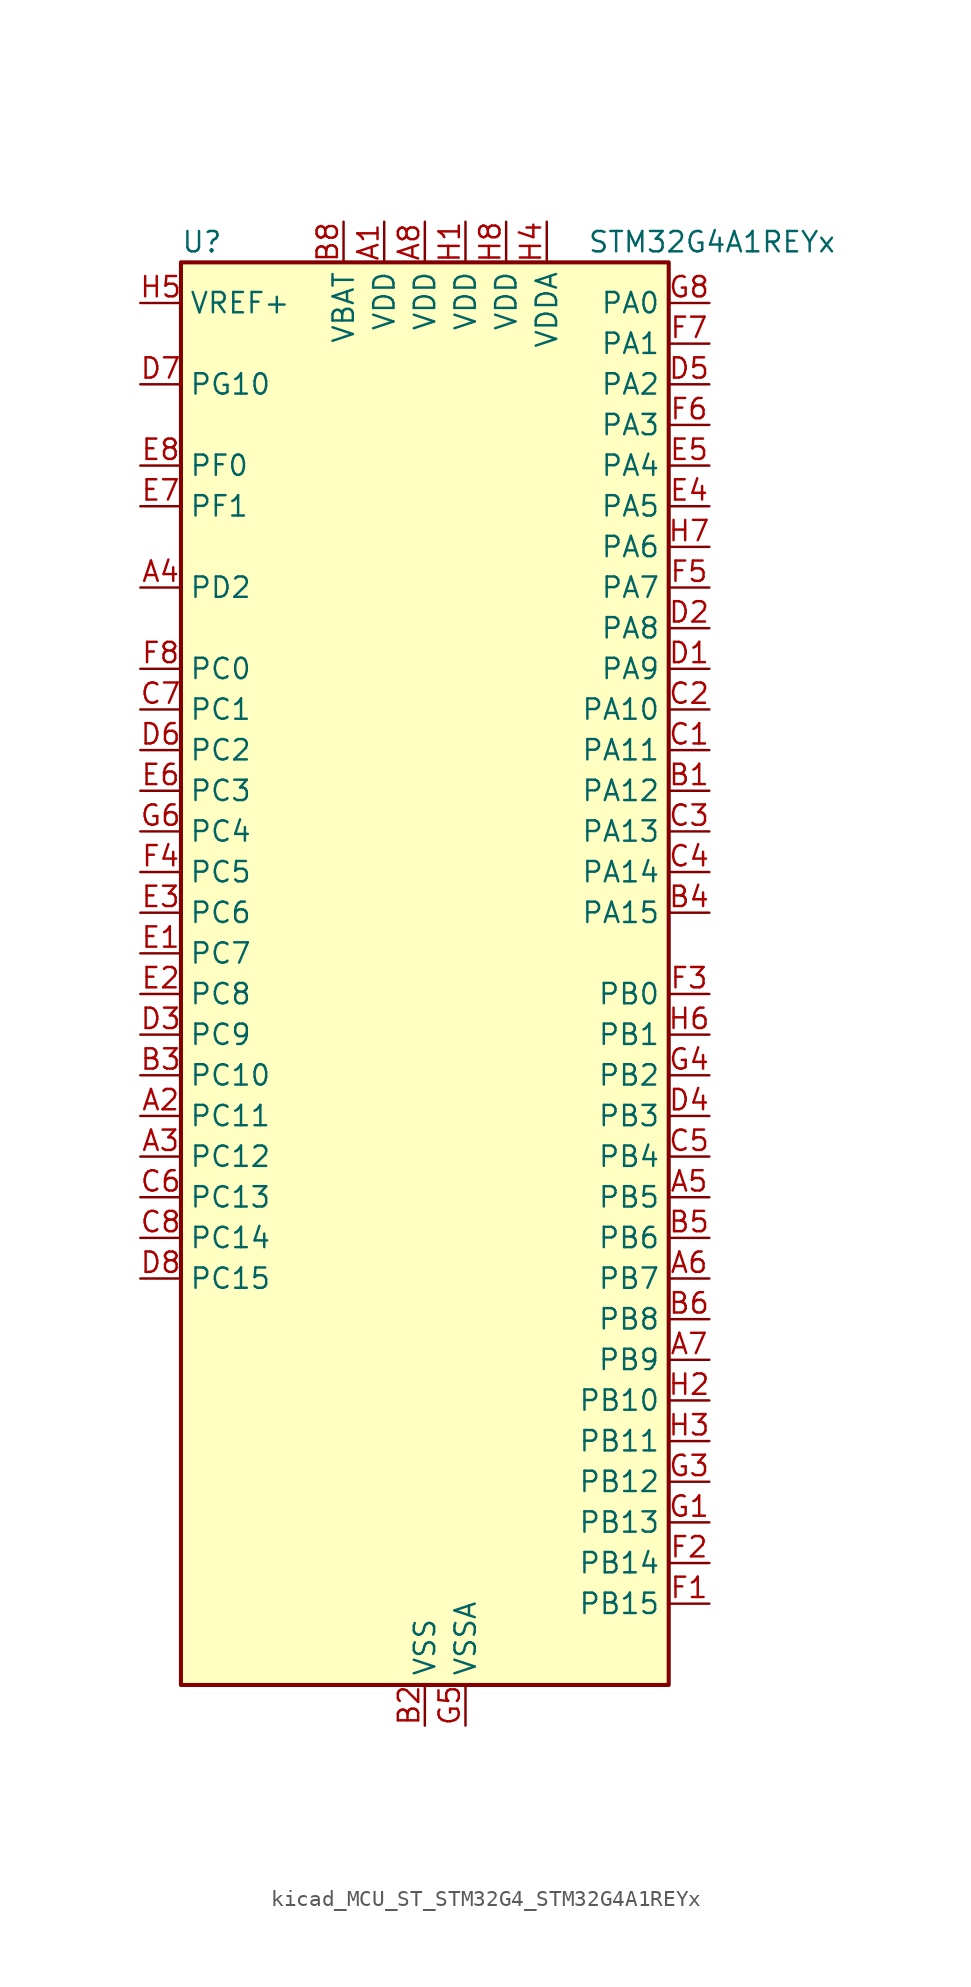
<source format=kicad_sym>
(kicad_symbol_lib
  (version 20220914)
  (generator kicad_symbol_editor)
  (symbol "kicad_MCU_ST_STM32G4_STM32G4A1REYx"
    (property "Reference" "U"
      (at -15.24 46.99 0)
      (effects (font (size 1.27 1.27)) (justify left)))
    (property "Value" "STM32G4A1REYx"
      (at 10.16 46.99 0)
      (effects (font (size 1.27 1.27)) (justify left)))
    (property "ki_locked" ""
      (at 0 0 0)
      (effects (font (size 1.27 1.27))))
    (symbol "kicad_MCU_ST_STM32G4_STM32G4A1REYx_0_1"
      (rectangle (start -15.24 -43.18) (end 15.24 45.72) (stroke (width 0.254) (type default)) (fill (type background))))
    (symbol "kicad_MCU_ST_STM32G4_STM32G4A1REYx_1_1"
      (pin power_in line (at -2.54 48.26 270) (length 2.54) (name "VDD" (effects (font (size 1.27 1.27)))) (number "A1" (effects (font (size 1.27 1.27)))))
      (pin bidirectional line (at -17.78 -7.62 0) (length 2.54) (name "PC11" (effects (font (size 1.27 1.27)))) (number "A2" (effects (font (size 1.27 1.27)))) (alternate "ADC1_EXTI11" bidirectional line) (alternate "ADC2_EXTI11" bidirectional line) (alternate "I2C3_SDA" bidirectional line) (alternate "SPI3_MISO" bidirectional line) (alternate "TIM8_CH2N" bidirectional line) (alternate "UART4_RX" bidirectional line) (alternate "USART3_RX" bidirectional line))
      (pin bidirectional line (at -17.78 -10.16 0) (length 2.54) (name "PC12" (effects (font (size 1.27 1.27)))) (number "A3" (effects (font (size 1.27 1.27)))) (alternate "I2S3_SD" bidirectional line) (alternate "SPI3_MOSI" bidirectional line) (alternate "TIM8_CH3N" bidirectional line) (alternate "UART5_TX" bidirectional line) (alternate "UCPD1_FRSTX1" bidirectional line) (alternate "UCPD1_FRSTX2" bidirectional line) (alternate "USART3_CK" bidirectional line))
      (pin bidirectional line (at -17.78 25.4 0) (length 2.54) (name "PD2" (effects (font (size 1.27 1.27)))) (number "A4" (effects (font (size 1.27 1.27)))) (alternate "ADC3_EXTI2" bidirectional line) (alternate "TIM3_ETR" bidirectional line) (alternate "TIM8_BKIN" bidirectional line) (alternate "UART5_RX" bidirectional line))
      (pin bidirectional line (at 17.78 -12.7 180) (length 2.54) (name "PB5" (effects (font (size 1.27 1.27)))) (number "A5" (effects (font (size 1.27 1.27)))) (alternate "FDCAN2_RX" bidirectional line) (alternate "I2C1_SMBA" bidirectional line) (alternate "I2C3_SDA" bidirectional line) (alternate "I2S3_SD" bidirectional line) (alternate "LPTIM1_IN1" bidirectional line) (alternate "SAI1_SD_B" bidirectional line) (alternate "SPI1_MOSI" bidirectional line) (alternate "SPI3_MOSI" bidirectional line) (alternate "TIM16_BKIN" bidirectional line) (alternate "TIM17_CH1" bidirectional line) (alternate "TIM3_CH2" bidirectional line) (alternate "TIM8_CH3N" bidirectional line) (alternate "UART5_CTS" bidirectional line) (alternate "USART2_CK" bidirectional line))
      (pin bidirectional line (at 17.78 -17.78 180) (length 2.54) (name "PB7" (effects (font (size 1.27 1.27)))) (number "A6" (effects (font (size 1.27 1.27)))) (alternate "COMP3_OUT" bidirectional line) (alternate "I2C1_SDA" bidirectional line) (alternate "LPTIM1_IN2" bidirectional line) (alternate "SYS_PVD_IN" bidirectional line) (alternate "TIM17_CH1N" bidirectional line) (alternate "TIM3_CH4" bidirectional line) (alternate "TIM4_CH2" bidirectional line) (alternate "TIM8_BKIN" bidirectional line) (alternate "UART4_CTS" bidirectional line) (alternate "USART1_RX" bidirectional line))
      (pin bidirectional line (at 17.78 -22.86 180) (length 2.54) (name "PB9" (effects (font (size 1.27 1.27)))) (number "A7" (effects (font (size 1.27 1.27)))) (alternate "COMP2_OUT" bidirectional line) (alternate "DAC1_EXTI9" bidirectional line) (alternate "DAC3_EXTI9" bidirectional line) (alternate "FDCAN1_TX" bidirectional line) (alternate "I2C1_SDA" bidirectional line) (alternate "IR_OUT" bidirectional line) (alternate "SAI1_D2" bidirectional line) (alternate "SAI1_FS_A" bidirectional line) (alternate "TIM17_CH1" bidirectional line) (alternate "TIM1_CH3N" bidirectional line) (alternate "TIM4_CH4" bidirectional line) (alternate "TIM8_CH3" bidirectional line) (alternate "USART3_TX" bidirectional line))
      (pin power_in line (at 0 48.26 270) (length 2.54) (name "VDD" (effects (font (size 1.27 1.27)))) (number "A8" (effects (font (size 1.27 1.27)))))
      (pin bidirectional line (at 17.78 12.7 180) (length 2.54) (name "PA12" (effects (font (size 1.27 1.27)))) (number "B1" (effects (font (size 1.27 1.27)))) (alternate "COMP2_OUT" bidirectional line) (alternate "FDCAN1_TX" bidirectional line) (alternate "I2S_CKIN" bidirectional line) (alternate "TIM16_CH1" bidirectional line) (alternate "TIM1_CH2N" bidirectional line) (alternate "TIM1_ETR" bidirectional line) (alternate "TIM4_CH2" bidirectional line) (alternate "USART1_DE" bidirectional line) (alternate "USART1_RTS" bidirectional line) (alternate "USB_DP" bidirectional line))
      (pin power_in line (at 0 -45.72 90) (length 2.54) (name "VSS" (effects (font (size 1.27 1.27)))) (number "B2" (effects (font (size 1.27 1.27)))))
      (pin bidirectional line (at -17.78 -5.08 0) (length 2.54) (name "PC10" (effects (font (size 1.27 1.27)))) (number "B3" (effects (font (size 1.27 1.27)))) (alternate "DAC1_EXTI10" bidirectional line) (alternate "DAC3_EXTI10" bidirectional line) (alternate "I2S3_CK" bidirectional line) (alternate "SPI3_SCK" bidirectional line) (alternate "TIM8_CH1N" bidirectional line) (alternate "UART4_TX" bidirectional line) (alternate "USART3_TX" bidirectional line))
      (pin bidirectional line (at 17.78 5.08 180) (length 2.54) (name "PA15" (effects (font (size 1.27 1.27)))) (number "B4" (effects (font (size 1.27 1.27)))) (alternate "ADC1_EXTI15" bidirectional line) (alternate "ADC2_EXTI15" bidirectional line) (alternate "I2C1_SCL" bidirectional line) (alternate "I2S3_WS" bidirectional line) (alternate "SPI1_NSS" bidirectional line) (alternate "SPI3_NSS" bidirectional line) (alternate "SYS_JTDI" bidirectional line) (alternate "TIM1_BKIN" bidirectional line) (alternate "TIM20_ETR" bidirectional line) (alternate "TIM2_CH1" bidirectional line) (alternate "TIM2_ETR" bidirectional line) (alternate "TIM8_CH1" bidirectional line) (alternate "UART4_DE" bidirectional line) (alternate "UART4_RTS" bidirectional line) (alternate "USART2_RX" bidirectional line))
      (pin bidirectional line (at 17.78 -15.24 180) (length 2.54) (name "PB6" (effects (font (size 1.27 1.27)))) (number "B5" (effects (font (size 1.27 1.27)))) (alternate "COMP4_OUT" bidirectional line) (alternate "FDCAN2_TX" bidirectional line) (alternate "LPTIM1_ETR" bidirectional line) (alternate "SAI1_FS_B" bidirectional line) (alternate "TIM16_CH1N" bidirectional line) (alternate "TIM4_CH1" bidirectional line) (alternate "TIM8_BKIN2" bidirectional line) (alternate "TIM8_CH1" bidirectional line) (alternate "TIM8_ETR" bidirectional line) (alternate "UCPD1_CC1" bidirectional line) (alternate "USART1_TX" bidirectional line))
      (pin bidirectional line (at 17.78 -20.32 180) (length 2.54) (name "PB8" (effects (font (size 1.27 1.27)))) (number "B6" (effects (font (size 1.27 1.27)))) (alternate "COMP1_OUT" bidirectional line) (alternate "FDCAN1_RX" bidirectional line) (alternate "I2C1_SCL" bidirectional line) (alternate "SAI1_CK1" bidirectional line) (alternate "SAI1_MCLK_A" bidirectional line) (alternate "TIM16_CH1" bidirectional line) (alternate "TIM1_BKIN" bidirectional line) (alternate "TIM4_CH3" bidirectional line) (alternate "TIM8_CH2" bidirectional line) (alternate "USART3_RX" bidirectional line))
      (pin passive line (at 0 -45.72 90) (length 2.54) hide (name "VSS" (effects (font (size 1.27 1.27)))) (number "B7" (effects (font (size 1.27 1.27)))))
      (pin power_in line (at -5.08 48.26 270) (length 2.54) (name "VBAT" (effects (font (size 1.27 1.27)))) (number "B8" (effects (font (size 1.27 1.27)))))
      (pin bidirectional line (at 17.78 15.24 180) (length 2.54) (name "PA11" (effects (font (size 1.27 1.27)))) (number "C1" (effects (font (size 1.27 1.27)))) (alternate "ADC1_EXTI11" bidirectional line) (alternate "ADC2_EXTI11" bidirectional line) (alternate "COMP1_OUT" bidirectional line) (alternate "FDCAN1_RX" bidirectional line) (alternate "I2S2_SD" bidirectional line) (alternate "SPI2_MOSI" bidirectional line) (alternate "TIM1_BKIN2" bidirectional line) (alternate "TIM1_CH1N" bidirectional line) (alternate "TIM1_CH4" bidirectional line) (alternate "TIM4_CH1" bidirectional line) (alternate "USART1_CTS" bidirectional line) (alternate "USART1_NSS" bidirectional line) (alternate "USB_DM" bidirectional line))
      (pin bidirectional line (at 17.78 17.78 180) (length 2.54) (name "PA10" (effects (font (size 1.27 1.27)))) (number "C2" (effects (font (size 1.27 1.27)))) (alternate "CRS_SYNC" bidirectional line) (alternate "DAC1_EXTI10" bidirectional line) (alternate "DAC3_EXTI10" bidirectional line) (alternate "I2C2_SMBA" bidirectional line) (alternate "SAI1_D1" bidirectional line) (alternate "SAI1_SD_A" bidirectional line) (alternate "SPI2_MISO" bidirectional line) (alternate "TIM17_BKIN" bidirectional line) (alternate "TIM1_CH3" bidirectional line) (alternate "TIM2_CH4" bidirectional line) (alternate "TIM8_BKIN" bidirectional line) (alternate "UCPD1_DBCC2" bidirectional line) (alternate "USART1_RX" bidirectional line))
      (pin bidirectional line (at 17.78 10.16 180) (length 2.54) (name "PA13" (effects (font (size 1.27 1.27)))) (number "C3" (effects (font (size 1.27 1.27)))) (alternate "I2C1_SCL" bidirectional line) (alternate "IR_OUT" bidirectional line) (alternate "SAI1_SD_B" bidirectional line) (alternate "SYS_JTMS-SWDIO" bidirectional line) (alternate "TIM16_CH1N" bidirectional line) (alternate "TIM4_CH3" bidirectional line) (alternate "USART3_CTS" bidirectional line) (alternate "USART3_NSS" bidirectional line))
      (pin bidirectional line (at 17.78 7.62 180) (length 2.54) (name "PA14" (effects (font (size 1.27 1.27)))) (number "C4" (effects (font (size 1.27 1.27)))) (alternate "I2C1_SDA" bidirectional line) (alternate "LPTIM1_OUT" bidirectional line) (alternate "SAI1_FS_B" bidirectional line) (alternate "SYS_JTCK-SWCLK" bidirectional line) (alternate "TIM1_BKIN" bidirectional line) (alternate "TIM8_CH2" bidirectional line) (alternate "USART2_TX" bidirectional line))
      (pin bidirectional line (at 17.78 -10.16 180) (length 2.54) (name "PB4" (effects (font (size 1.27 1.27)))) (number "C5" (effects (font (size 1.27 1.27)))) (alternate "SAI1_MCLK_B" bidirectional line) (alternate "SPI1_MISO" bidirectional line) (alternate "SPI3_MISO" bidirectional line) (alternate "SYS_JTRST" bidirectional line) (alternate "TIM16_CH1" bidirectional line) (alternate "TIM17_BKIN" bidirectional line) (alternate "TIM3_CH1" bidirectional line) (alternate "TIM8_CH2N" bidirectional line) (alternate "UART5_DE" bidirectional line) (alternate "UART5_RTS" bidirectional line) (alternate "UCPD1_CC2" bidirectional line) (alternate "USART2_RX" bidirectional line))
      (pin bidirectional line (at -17.78 -12.7 0) (length 2.54) (name "PC13" (effects (font (size 1.27 1.27)))) (number "C6" (effects (font (size 1.27 1.27)))) (alternate "RTC_OUT1" bidirectional line) (alternate "RTC_TAMP1" bidirectional line) (alternate "RTC_TS" bidirectional line) (alternate "SYS_WKUP2" bidirectional line) (alternate "TIM1_BKIN" bidirectional line) (alternate "TIM1_CH1N" bidirectional line) (alternate "TIM8_CH4N" bidirectional line))
      (pin bidirectional line (at -17.78 17.78 0) (length 2.54) (name "PC1" (effects (font (size 1.27 1.27)))) (number "C7" (effects (font (size 1.27 1.27)))) (alternate "ADC1_IN7" bidirectional line) (alternate "ADC2_IN7" bidirectional line) (alternate "COMP3_INP" bidirectional line) (alternate "LPTIM1_OUT" bidirectional line) (alternate "LPUART1_TX" bidirectional line) (alternate "QUADSPI1_BK2_IO0" bidirectional line) (alternate "SAI1_SD_A" bidirectional line) (alternate "TIM1_CH2" bidirectional line))
      (pin bidirectional line (at -17.78 -15.24 0) (length 2.54) (name "PC14" (effects (font (size 1.27 1.27)))) (number "C8" (effects (font (size 1.27 1.27)))) (alternate "RCC_OSC32_IN" bidirectional line))
      (pin bidirectional line (at 17.78 20.32 180) (length 2.54) (name "PA9" (effects (font (size 1.27 1.27)))) (number "D1" (effects (font (size 1.27 1.27)))) (alternate "DAC1_EXTI9" bidirectional line) (alternate "DAC3_EXTI9" bidirectional line) (alternate "I2C2_SCL" bidirectional line) (alternate "I2C3_SMBA" bidirectional line) (alternate "I2S3_MCK" bidirectional line) (alternate "SAI1_FS_A" bidirectional line) (alternate "TIM15_BKIN" bidirectional line) (alternate "TIM1_CH2" bidirectional line) (alternate "TIM2_CH3" bidirectional line) (alternate "UCPD1_DBCC1" bidirectional line) (alternate "USART1_TX" bidirectional line))
      (pin bidirectional line (at 17.78 22.86 180) (length 2.54) (name "PA8" (effects (font (size 1.27 1.27)))) (number "D2" (effects (font (size 1.27 1.27)))) (alternate "I2C2_SDA" bidirectional line) (alternate "I2C3_SCL" bidirectional line) (alternate "I2S2_MCK" bidirectional line) (alternate "RCC_MCO" bidirectional line) (alternate "SAI1_CK2" bidirectional line) (alternate "SAI1_SCK_A" bidirectional line) (alternate "TIM1_CH1" bidirectional line) (alternate "TIM4_ETR" bidirectional line) (alternate "USART1_CK" bidirectional line))
      (pin bidirectional line (at -17.78 -2.54 0) (length 2.54) (name "PC9" (effects (font (size 1.27 1.27)))) (number "D3" (effects (font (size 1.27 1.27)))) (alternate "DAC1_EXTI9" bidirectional line) (alternate "DAC3_EXTI9" bidirectional line) (alternate "I2C3_SDA" bidirectional line) (alternate "I2S_CKIN" bidirectional line) (alternate "TIM3_CH4" bidirectional line) (alternate "TIM8_BKIN2" bidirectional line) (alternate "TIM8_CH4" bidirectional line))
      (pin bidirectional line (at 17.78 -7.62 180) (length 2.54) (name "PB3" (effects (font (size 1.27 1.27)))) (number "D4" (effects (font (size 1.27 1.27)))) (alternate "ADC3_EXTI3" bidirectional line) (alternate "CRS_SYNC" bidirectional line) (alternate "I2S3_CK" bidirectional line) (alternate "SAI1_SCK_B" bidirectional line) (alternate "SPI1_SCK" bidirectional line) (alternate "SPI3_SCK" bidirectional line) (alternate "SYS_JTDO-SWO" bidirectional line) (alternate "TIM2_CH2" bidirectional line) (alternate "TIM3_ETR" bidirectional line) (alternate "TIM4_ETR" bidirectional line) (alternate "TIM8_CH1N" bidirectional line) (alternate "USART2_TX" bidirectional line))
      (pin bidirectional line (at 17.78 38.1 180) (length 2.54) (name "PA2" (effects (font (size 1.27 1.27)))) (number "D5" (effects (font (size 1.27 1.27)))) (alternate "ADC1_IN3" bidirectional line) (alternate "ADC3_EXTI2" bidirectional line) (alternate "COMP2_INM" bidirectional line) (alternate "COMP2_OUT" bidirectional line) (alternate "LPUART1_TX" bidirectional line) (alternate "OPAMP1_VOUT" bidirectional line) (alternate "QUADSPI1_BK1_NCS" bidirectional line) (alternate "RCC_LSCO" bidirectional line) (alternate "SYS_WKUP4" bidirectional line) (alternate "TIM15_CH1" bidirectional line) (alternate "TIM2_CH3" bidirectional line) (alternate "UCPD1_FRSTX1" bidirectional line) (alternate "UCPD1_FRSTX2" bidirectional line) (alternate "USART2_TX" bidirectional line))
      (pin bidirectional line (at -17.78 15.24 0) (length 2.54) (name "PC2" (effects (font (size 1.27 1.27)))) (number "D6" (effects (font (size 1.27 1.27)))) (alternate "ADC1_IN8" bidirectional line) (alternate "ADC2_IN8" bidirectional line) (alternate "ADC3_EXTI2" bidirectional line) (alternate "COMP3_OUT" bidirectional line) (alternate "LPTIM1_IN2" bidirectional line) (alternate "QUADSPI1_BK2_IO1" bidirectional line) (alternate "TIM1_CH3" bidirectional line) (alternate "TIM20_CH2" bidirectional line))
      (pin bidirectional line (at -17.78 38.1 0) (length 2.54) (name "PG10" (effects (font (size 1.27 1.27)))) (number "D7" (effects (font (size 1.27 1.27)))) (alternate "DAC1_EXTI10" bidirectional line) (alternate "DAC3_EXTI10" bidirectional line) (alternate "RCC_MCO" bidirectional line))
      (pin bidirectional line (at -17.78 -17.78 0) (length 2.54) (name "PC15" (effects (font (size 1.27 1.27)))) (number "D8" (effects (font (size 1.27 1.27)))) (alternate "ADC1_EXTI15" bidirectional line) (alternate "ADC2_EXTI15" bidirectional line) (alternate "RCC_OSC32_OUT" bidirectional line))
      (pin bidirectional line (at -17.78 2.54 0) (length 2.54) (name "PC7" (effects (font (size 1.27 1.27)))) (number "E1" (effects (font (size 1.27 1.27)))) (alternate "I2S3_MCK" bidirectional line) (alternate "TIM3_CH2" bidirectional line) (alternate "TIM8_CH2" bidirectional line))
      (pin bidirectional line (at -17.78 0 0) (length 2.54) (name "PC8" (effects (font (size 1.27 1.27)))) (number "E2" (effects (font (size 1.27 1.27)))) (alternate "I2C3_SCL" bidirectional line) (alternate "TIM20_CH3" bidirectional line) (alternate "TIM3_CH3" bidirectional line) (alternate "TIM8_CH3" bidirectional line))
      (pin bidirectional line (at -17.78 5.08 0) (length 2.54) (name "PC6" (effects (font (size 1.27 1.27)))) (number "E3" (effects (font (size 1.27 1.27)))) (alternate "I2S2_MCK" bidirectional line) (alternate "TIM3_CH1" bidirectional line) (alternate "TIM8_CH1" bidirectional line))
      (pin bidirectional line (at 17.78 30.48 180) (length 2.54) (name "PA5" (effects (font (size 1.27 1.27)))) (number "E4" (effects (font (size 1.27 1.27)))) (alternate "ADC2_IN13" bidirectional line) (alternate "COMP2_INM" bidirectional line) (alternate "DAC1_OUT2" bidirectional line) (alternate "OPAMP2_VINM" bidirectional line) (alternate "OPAMP2_VINM0" bidirectional line) (alternate "OPAMP2_VINM_SEC" bidirectional line) (alternate "SPI1_SCK" bidirectional line) (alternate "TIM2_CH1" bidirectional line) (alternate "TIM2_ETR" bidirectional line) (alternate "UCPD1_FRSTX1" bidirectional line) (alternate "UCPD1_FRSTX2" bidirectional line))
      (pin bidirectional line (at 17.78 33.02 180) (length 2.54) (name "PA4" (effects (font (size 1.27 1.27)))) (number "E5" (effects (font (size 1.27 1.27)))) (alternate "ADC2_IN17" bidirectional line) (alternate "COMP1_INM" bidirectional line) (alternate "DAC1_OUT1" bidirectional line) (alternate "I2S3_WS" bidirectional line) (alternate "SAI1_FS_B" bidirectional line) (alternate "SPI1_NSS" bidirectional line) (alternate "SPI3_NSS" bidirectional line) (alternate "TIM3_CH2" bidirectional line) (alternate "USART2_CK" bidirectional line))
      (pin bidirectional line (at -17.78 12.7 0) (length 2.54) (name "PC3" (effects (font (size 1.27 1.27)))) (number "E6" (effects (font (size 1.27 1.27)))) (alternate "ADC1_IN9" bidirectional line) (alternate "ADC2_IN9" bidirectional line) (alternate "ADC3_EXTI3" bidirectional line) (alternate "LPTIM1_ETR" bidirectional line) (alternate "QUADSPI1_BK2_IO2" bidirectional line) (alternate "SAI1_D1" bidirectional line) (alternate "SAI1_SD_A" bidirectional line) (alternate "TIM1_BKIN2" bidirectional line) (alternate "TIM1_CH4" bidirectional line))
      (pin bidirectional line (at -17.78 30.48 0) (length 2.54) (name "PF1" (effects (font (size 1.27 1.27)))) (number "E7" (effects (font (size 1.27 1.27)))) (alternate "ADC2_IN10" bidirectional line) (alternate "COMP3_INM" bidirectional line) (alternate "I2S2_CK" bidirectional line) (alternate "RCC_OSC_OUT" bidirectional line) (alternate "SPI2_SCK" bidirectional line))
      (pin bidirectional line (at -17.78 33.02 0) (length 2.54) (name "PF0" (effects (font (size 1.27 1.27)))) (number "E8" (effects (font (size 1.27 1.27)))) (alternate "ADC1_IN10" bidirectional line) (alternate "I2C2_SDA" bidirectional line) (alternate "I2S2_WS" bidirectional line) (alternate "RCC_OSC_IN" bidirectional line) (alternate "SPI2_NSS" bidirectional line) (alternate "TIM1_CH3N" bidirectional line))
      (pin bidirectional line (at 17.78 -38.1 180) (length 2.54) (name "PB15" (effects (font (size 1.27 1.27)))) (number "F1" (effects (font (size 1.27 1.27)))) (alternate "ADC1_EXTI15" bidirectional line) (alternate "ADC2_EXTI15" bidirectional line) (alternate "ADC2_IN15" bidirectional line) (alternate "COMP3_OUT" bidirectional line) (alternate "I2S2_SD" bidirectional line) (alternate "RTC_REFIN" bidirectional line) (alternate "SPI2_MOSI" bidirectional line) (alternate "TIM15_CH1N" bidirectional line) (alternate "TIM15_CH2" bidirectional line) (alternate "TIM1_CH3N" bidirectional line))
      (pin bidirectional line (at 17.78 -35.56 180) (length 2.54) (name "PB14" (effects (font (size 1.27 1.27)))) (number "F2" (effects (font (size 1.27 1.27)))) (alternate "ADC1_IN5" bidirectional line) (alternate "COMP4_OUT" bidirectional line) (alternate "OPAMP2_VINP" bidirectional line) (alternate "OPAMP2_VINP_SEC" bidirectional line) (alternate "SPI2_MISO" bidirectional line) (alternate "TIM15_CH1" bidirectional line) (alternate "TIM1_CH2N" bidirectional line) (alternate "USART3_DE" bidirectional line) (alternate "USART3_RTS" bidirectional line))
      (pin bidirectional line (at 17.78 0 180) (length 2.54) (name "PB0" (effects (font (size 1.27 1.27)))) (number "F3" (effects (font (size 1.27 1.27)))) (alternate "ADC1_IN15" bidirectional line) (alternate "ADC3_IN12" bidirectional line) (alternate "COMP4_INP" bidirectional line) (alternate "OPAMP2_VINP" bidirectional line) (alternate "OPAMP2_VINP_SEC" bidirectional line) (alternate "OPAMP3_VINP" bidirectional line) (alternate "OPAMP3_VINP_SEC" bidirectional line) (alternate "QUADSPI1_BK1_IO1" bidirectional line) (alternate "TIM1_CH2N" bidirectional line) (alternate "TIM3_CH3" bidirectional line) (alternate "TIM8_CH2N" bidirectional line) (alternate "UCPD1_FRSTX1" bidirectional line) (alternate "UCPD1_FRSTX2" bidirectional line))
      (pin bidirectional line (at -17.78 7.62 0) (length 2.54) (name "PC5" (effects (font (size 1.27 1.27)))) (number "F4" (effects (font (size 1.27 1.27)))) (alternate "ADC2_IN11" bidirectional line) (alternate "OPAMP1_VINM" bidirectional line) (alternate "OPAMP1_VINM1" bidirectional line) (alternate "OPAMP1_VINM_SEC" bidirectional line) (alternate "OPAMP2_VINM" bidirectional line) (alternate "OPAMP2_VINM1" bidirectional line) (alternate "OPAMP2_VINM_SEC" bidirectional line) (alternate "SAI1_D3" bidirectional line) (alternate "SYS_WKUP5" bidirectional line) (alternate "TIM15_BKIN" bidirectional line) (alternate "TIM1_CH4N" bidirectional line) (alternate "USART1_RX" bidirectional line))
      (pin bidirectional line (at 17.78 25.4 180) (length 2.54) (name "PA7" (effects (font (size 1.27 1.27)))) (number "F5" (effects (font (size 1.27 1.27)))) (alternate "ADC2_IN4" bidirectional line) (alternate "COMP2_INP" bidirectional line) (alternate "COMP2_OUT" bidirectional line) (alternate "OPAMP1_VINP" bidirectional line) (alternate "OPAMP1_VINP_SEC" bidirectional line) (alternate "OPAMP2_VINP" bidirectional line) (alternate "OPAMP2_VINP_SEC" bidirectional line) (alternate "QUADSPI1_BK1_IO2" bidirectional line) (alternate "SPI1_MOSI" bidirectional line) (alternate "TIM17_CH1" bidirectional line) (alternate "TIM1_CH1N" bidirectional line) (alternate "TIM3_CH2" bidirectional line) (alternate "TIM8_CH1N" bidirectional line) (alternate "UCPD1_FRSTX1" bidirectional line) (alternate "UCPD1_FRSTX2" bidirectional line))
      (pin bidirectional line (at 17.78 35.56 180) (length 2.54) (name "PA3" (effects (font (size 1.27 1.27)))) (number "F6" (effects (font (size 1.27 1.27)))) (alternate "ADC1_IN4" bidirectional line) (alternate "ADC3_EXTI3" bidirectional line) (alternate "COMP2_INP" bidirectional line) (alternate "LPUART1_RX" bidirectional line) (alternate "OPAMP1_VINM" bidirectional line) (alternate "OPAMP1_VINM0" bidirectional line) (alternate "OPAMP1_VINM_SEC" bidirectional line) (alternate "OPAMP1_VINP" bidirectional line) (alternate "OPAMP1_VINP_SEC" bidirectional line) (alternate "QUADSPI1_CLK" bidirectional line) (alternate "SAI1_CK1" bidirectional line) (alternate "SAI1_MCLK_A" bidirectional line) (alternate "TIM15_CH2" bidirectional line) (alternate "TIM2_CH4" bidirectional line) (alternate "USART2_RX" bidirectional line))
      (pin bidirectional line (at 17.78 40.64 180) (length 2.54) (name "PA1" (effects (font (size 1.27 1.27)))) (number "F7" (effects (font (size 1.27 1.27)))) (alternate "ADC1_IN2" bidirectional line) (alternate "ADC2_IN2" bidirectional line) (alternate "COMP1_INP" bidirectional line) (alternate "OPAMP1_VINP" bidirectional line) (alternate "OPAMP1_VINP_SEC" bidirectional line) (alternate "OPAMP3_VINP" bidirectional line) (alternate "OPAMP3_VINP_SEC" bidirectional line) (alternate "OPAMP6_VINM" bidirectional line) (alternate "OPAMP6_VINM0" bidirectional line) (alternate "OPAMP6_VINM_SEC" bidirectional line) (alternate "RTC_REFIN" bidirectional line) (alternate "TIM15_CH1N" bidirectional line) (alternate "TIM2_CH2" bidirectional line) (alternate "USART2_DE" bidirectional line) (alternate "USART2_RTS" bidirectional line))
      (pin bidirectional line (at -17.78 20.32 0) (length 2.54) (name "PC0" (effects (font (size 1.27 1.27)))) (number "F8" (effects (font (size 1.27 1.27)))) (alternate "ADC1_IN6" bidirectional line) (alternate "ADC2_IN6" bidirectional line) (alternate "COMP3_INM" bidirectional line) (alternate "LPTIM1_IN1" bidirectional line) (alternate "LPUART1_RX" bidirectional line) (alternate "TIM1_CH1" bidirectional line))
      (pin bidirectional line (at 17.78 -33.02 180) (length 2.54) (name "PB13" (effects (font (size 1.27 1.27)))) (number "G1" (effects (font (size 1.27 1.27)))) (alternate "ADC3_IN5" bidirectional line) (alternate "FDCAN2_TX" bidirectional line) (alternate "I2S2_CK" bidirectional line) (alternate "LPUART1_CTS" bidirectional line) (alternate "OPAMP3_VINP" bidirectional line) (alternate "OPAMP3_VINP_SEC" bidirectional line) (alternate "OPAMP6_VINP" bidirectional line) (alternate "OPAMP6_VINP_SEC" bidirectional line) (alternate "SPI2_SCK" bidirectional line) (alternate "TIM1_CH1N" bidirectional line) (alternate "USART3_CTS" bidirectional line) (alternate "USART3_NSS" bidirectional line))
      (pin passive line (at 0 -45.72 90) (length 2.54) hide (name "VSS" (effects (font (size 1.27 1.27)))) (number "G2" (effects (font (size 1.27 1.27)))))
      (pin bidirectional line (at 17.78 -30.48 180) (length 2.54) (name "PB12" (effects (font (size 1.27 1.27)))) (number "G3" (effects (font (size 1.27 1.27)))) (alternate "ADC1_IN11" bidirectional line) (alternate "FDCAN2_RX" bidirectional line) (alternate "I2C2_SMBA" bidirectional line) (alternate "I2S2_WS" bidirectional line) (alternate "LPUART1_DE" bidirectional line) (alternate "LPUART1_RTS" bidirectional line) (alternate "OPAMP6_VINP" bidirectional line) (alternate "OPAMP6_VINP_SEC" bidirectional line) (alternate "SPI2_NSS" bidirectional line) (alternate "TIM1_BKIN" bidirectional line) (alternate "USART3_CK" bidirectional line))
      (pin bidirectional line (at 17.78 -5.08 180) (length 2.54) (name "PB2" (effects (font (size 1.27 1.27)))) (number "G4" (effects (font (size 1.27 1.27)))) (alternate "ADC2_IN12" bidirectional line) (alternate "ADC3_EXTI2" bidirectional line) (alternate "COMP4_INM" bidirectional line) (alternate "I2C3_SMBA" bidirectional line) (alternate "LPTIM1_OUT" bidirectional line) (alternate "OPAMP3_VINM" bidirectional line) (alternate "OPAMP3_VINM0" bidirectional line) (alternate "OPAMP3_VINM_SEC" bidirectional line) (alternate "QUADSPI1_BK2_IO1" bidirectional line) (alternate "RTC_OUT2" bidirectional line) (alternate "TIM20_CH1" bidirectional line))
      (pin power_in line (at 2.54 -45.72 90) (length 2.54) (name "VSSA" (effects (font (size 1.27 1.27)))) (number "G5" (effects (font (size 1.27 1.27)))))
      (pin bidirectional line (at -17.78 10.16 0) (length 2.54) (name "PC4" (effects (font (size 1.27 1.27)))) (number "G6" (effects (font (size 1.27 1.27)))) (alternate "ADC2_IN5" bidirectional line) (alternate "I2C2_SCL" bidirectional line) (alternate "QUADSPI1_BK2_IO3" bidirectional line) (alternate "TIM1_ETR" bidirectional line) (alternate "USART1_TX" bidirectional line))
      (pin passive line (at 0 -45.72 90) (length 2.54) hide (name "VSS" (effects (font (size 1.27 1.27)))) (number "G7" (effects (font (size 1.27 1.27)))))
      (pin bidirectional line (at 17.78 43.18 180) (length 2.54) (name "PA0" (effects (font (size 1.27 1.27)))) (number "G8" (effects (font (size 1.27 1.27)))) (alternate "ADC1_IN1" bidirectional line) (alternate "ADC2_IN1" bidirectional line) (alternate "COMP1_INM" bidirectional line) (alternate "COMP1_OUT" bidirectional line) (alternate "COMP3_INP" bidirectional line) (alternate "RTC_TAMP2" bidirectional line) (alternate "SYS_WKUP1" bidirectional line) (alternate "TIM2_CH1" bidirectional line) (alternate "TIM2_ETR" bidirectional line) (alternate "TIM8_BKIN" bidirectional line) (alternate "TIM8_ETR" bidirectional line) (alternate "USART2_CTS" bidirectional line) (alternate "USART2_NSS" bidirectional line))
      (pin power_in line (at 2.54 48.26 270) (length 2.54) (name "VDD" (effects (font (size 1.27 1.27)))) (number "H1" (effects (font (size 1.27 1.27)))))
      (pin bidirectional line (at 17.78 -25.4 180) (length 2.54) (name "PB10" (effects (font (size 1.27 1.27)))) (number "H2" (effects (font (size 1.27 1.27)))) (alternate "DAC1_EXTI10" bidirectional line) (alternate "DAC3_EXTI10" bidirectional line) (alternate "LPUART1_RX" bidirectional line) (alternate "OPAMP3_VINM" bidirectional line) (alternate "OPAMP3_VINM1" bidirectional line) (alternate "OPAMP3_VINM_SEC" bidirectional line) (alternate "QUADSPI1_CLK" bidirectional line) (alternate "SAI1_SCK_A" bidirectional line) (alternate "TIM1_BKIN" bidirectional line) (alternate "TIM2_CH3" bidirectional line) (alternate "USART3_TX" bidirectional line))
      (pin bidirectional line (at 17.78 -27.94 180) (length 2.54) (name "PB11" (effects (font (size 1.27 1.27)))) (number "H3" (effects (font (size 1.27 1.27)))) (alternate "ADC1_EXTI11" bidirectional line) (alternate "ADC1_IN14" bidirectional line) (alternate "ADC2_EXTI11" bidirectional line) (alternate "ADC2_IN14" bidirectional line) (alternate "LPUART1_TX" bidirectional line) (alternate "OPAMP6_VOUT" bidirectional line) (alternate "QUADSPI1_BK1_NCS" bidirectional line) (alternate "TIM2_CH4" bidirectional line) (alternate "USART3_RX" bidirectional line))
      (pin power_in line (at 7.62 48.26 270) (length 2.54) (name "VDDA" (effects (font (size 1.27 1.27)))) (number "H4" (effects (font (size 1.27 1.27)))))
      (pin input line (at -17.78 43.18 0) (length 2.54) (name "VREF+" (effects (font (size 1.27 1.27)))) (number "H5" (effects (font (size 1.27 1.27)))) (alternate "VREFBUF_OUT" bidirectional line))
      (pin bidirectional line (at 17.78 -2.54 180) (length 2.54) (name "PB1" (effects (font (size 1.27 1.27)))) (number "H6" (effects (font (size 1.27 1.27)))) (alternate "ADC1_IN12" bidirectional line) (alternate "ADC3_IN1" bidirectional line) (alternate "COMP1_INP" bidirectional line) (alternate "COMP4_OUT" bidirectional line) (alternate "LPUART1_DE" bidirectional line) (alternate "LPUART1_RTS" bidirectional line) (alternate "OPAMP3_VOUT" bidirectional line) (alternate "OPAMP6_VINM" bidirectional line) (alternate "OPAMP6_VINM1" bidirectional line) (alternate "OPAMP6_VINM_SEC" bidirectional line) (alternate "QUADSPI1_BK1_IO0" bidirectional line) (alternate "TIM1_CH3N" bidirectional line) (alternate "TIM3_CH4" bidirectional line) (alternate "TIM8_CH3N" bidirectional line))
      (pin bidirectional line (at 17.78 27.94 180) (length 2.54) (name "PA6" (effects (font (size 1.27 1.27)))) (number "H7" (effects (font (size 1.27 1.27)))) (alternate "ADC2_IN3" bidirectional line) (alternate "COMP1_OUT" bidirectional line) (alternate "LPUART1_CTS" bidirectional line) (alternate "OPAMP2_VOUT" bidirectional line) (alternate "QUADSPI1_BK1_IO3" bidirectional line) (alternate "SPI1_MISO" bidirectional line) (alternate "TIM16_CH1" bidirectional line) (alternate "TIM1_BKIN" bidirectional line) (alternate "TIM3_CH1" bidirectional line) (alternate "TIM8_BKIN" bidirectional line))
      (pin power_in line (at 5.08 48.26 270) (length 2.54) (name "VDD" (effects (font (size 1.27 1.27)))) (number "H8" (effects (font (size 1.27 1.27))))))))
</source>
